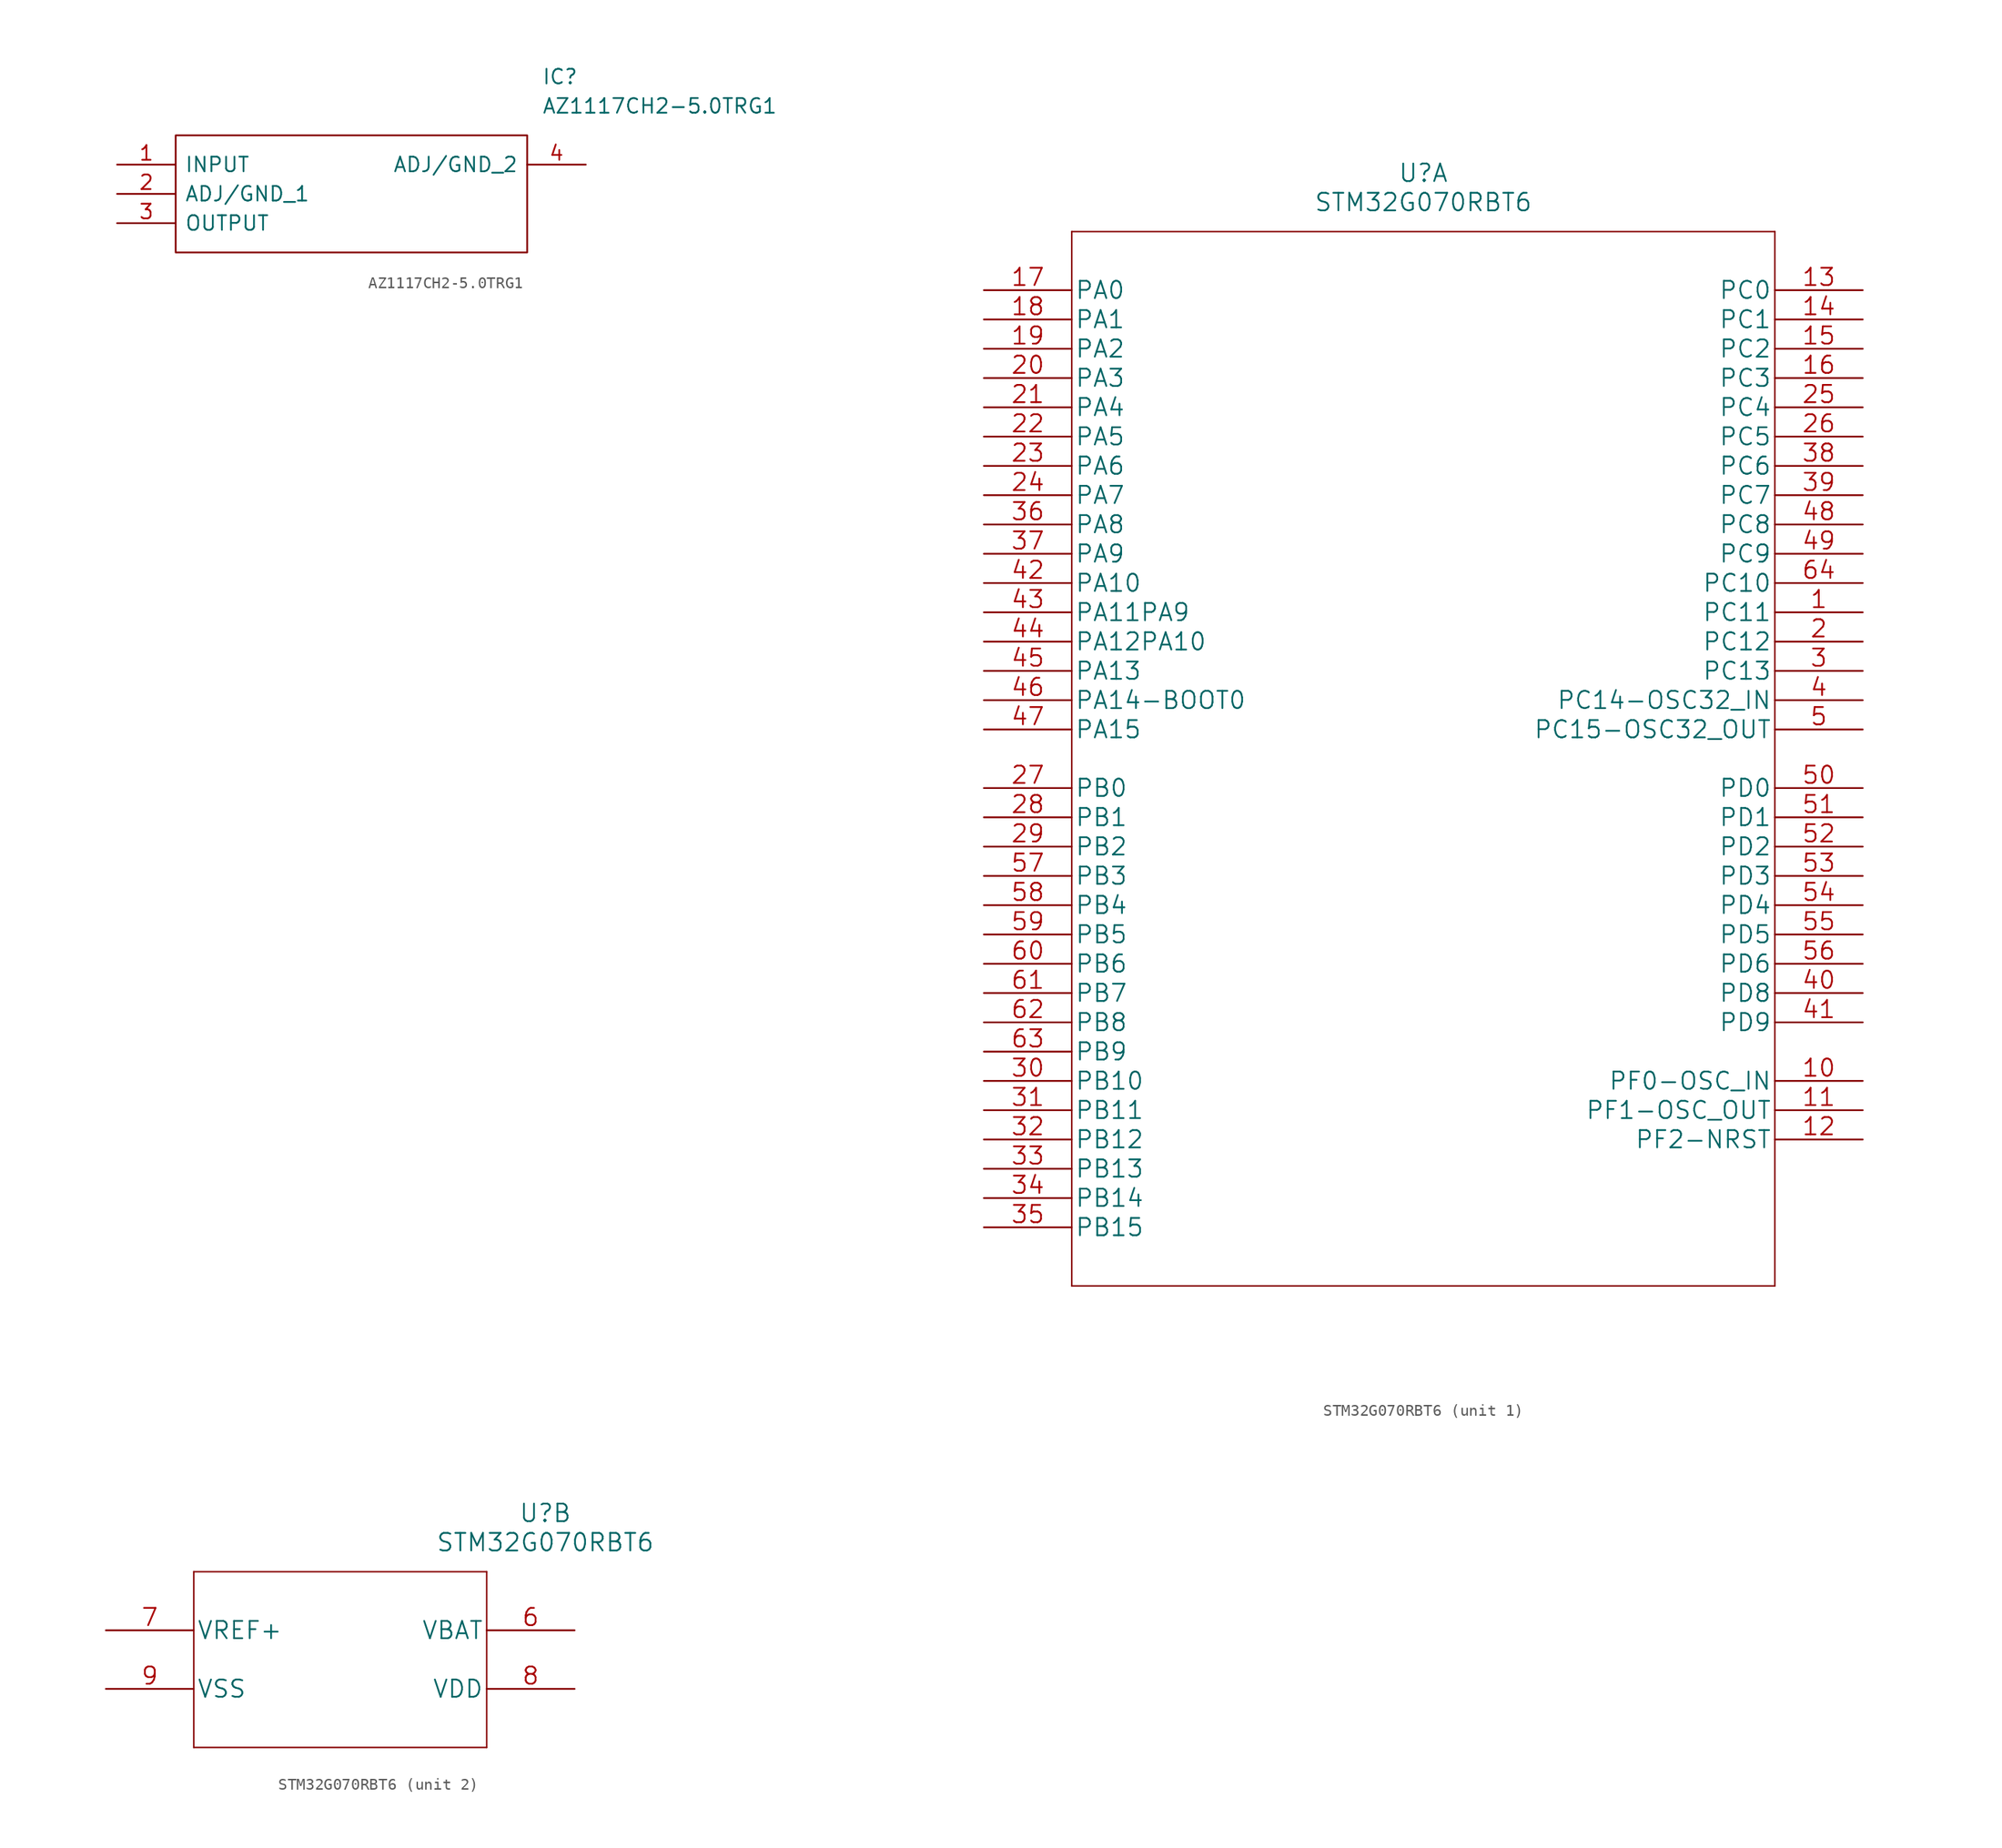
<source format=kicad_sym>
(kicad_symbol_lib
  (version 20211014)
  (generator kicad_symbol_editor)
  (symbol "AZ1117CH2-5.0TRG1"
    (pin_names
      (offset 0.762))
    (property "Reference" "IC"
      (at 36.83 7.62 0)
      (effects (font (size 1.27 1.27)) (justify left)))
    (property "Value" "AZ1117CH2-5.0TRG1"
      (at 36.83 5.08 0)
      (effects (font (size 1.27 1.27)) (justify left)))
    (symbol "AZ1117CH2-5.0TRG1_0_0"
      (pin passive line (at 0 0 0) (length 5.08) (name "INPUT" (effects (font (size 1.27 1.27)))) (number "1" (effects (font (size 1.27 1.27)))))
      (pin passive line (at 0 -2.54 0) (length 5.08) (name "ADJ/GND_1" (effects (font (size 1.27 1.27)))) (number "2" (effects (font (size 1.27 1.27)))))
      (pin passive line (at 0 -5.08 0) (length 5.08) (name "OUTPUT" (effects (font (size 1.27 1.27)))) (number "3" (effects (font (size 1.27 1.27)))))
      (pin passive line (at 40.64 0 180) (length 5.08) (name "ADJ/GND_2" (effects (font (size 1.27 1.27)))) (number "4" (effects (font (size 1.27 1.27))))))
    (symbol "AZ1117CH2-5.0TRG1_0_1"
      (polyline (pts (xy 5.08 2.54) (xy 35.56 2.54) (xy 35.56 -7.62) (xy 5.08 -7.62) (xy 5.08 2.54)) (stroke (width 0.152) (type default) (color 0 0 0 0)) (fill (type none)))))
  (symbol "STM32G070RBT6"
    (pin_names
      (offset 0.254))
    (property "Reference" "U"
      (at 38.1 10.16 0)
      (effects (font (size 1.524 1.524))))
    (property "Value" "STM32G070RBT6"
      (at 38.1 7.62 0)
      (effects (font (size 1.524 1.524))))
    (property "Datasheet" ""
      (at 0 0 0)
      (effects (font (size 1.524 1.524))))
    (symbol "STM32G070RBT6_1_1"
      (polyline (pts (xy 7.62 -86.36) (xy 68.58 -86.36)) (stroke (width 0.127) (type default) (color 0 0 0 0)) (fill (type none)))
      (polyline (pts (xy 7.62 5.08) (xy 7.62 -86.36)) (stroke (width 0.127) (type default) (color 0 0 0 0)) (fill (type none)))
      (polyline (pts (xy 68.58 -86.36) (xy 68.58 5.08)) (stroke (width 0.127) (type default) (color 0 0 0 0)) (fill (type none)))
      (polyline (pts (xy 68.58 5.08) (xy 7.62 5.08)) (stroke (width 0.127) (type default) (color 0 0 0 0)) (fill (type none)))
      (pin bidirectional line (at 76.2 -27.94 180) (length 7.62) (name "PC11" (effects (font (size 1.499 1.499)))) (number "1" (effects (font (size 1.499 1.499)))))
      (pin bidirectional line (at 76.2 -68.58 180) (length 7.62) (name "PF0-OSC_IN" (effects (font (size 1.499 1.499)))) (number "10" (effects (font (size 1.499 1.499)))))
      (pin bidirectional line (at 76.2 -71.12 180) (length 7.62) (name "PF1-OSC_OUT" (effects (font (size 1.499 1.499)))) (number "11" (effects (font (size 1.499 1.499)))))
      (pin bidirectional line (at 76.2 -73.66 180) (length 7.62) (name "PF2-NRST" (effects (font (size 1.499 1.499)))) (number "12" (effects (font (size 1.499 1.499)))))
      (pin bidirectional line (at 76.2 0 180) (length 7.62) (name "PC0" (effects (font (size 1.499 1.499)))) (number "13" (effects (font (size 1.499 1.499)))))
      (pin bidirectional line (at 76.2 -2.54 180) (length 7.62) (name "PC1" (effects (font (size 1.499 1.499)))) (number "14" (effects (font (size 1.499 1.499)))))
      (pin bidirectional line (at 76.2 -5.08 180) (length 7.62) (name "PC2" (effects (font (size 1.499 1.499)))) (number "15" (effects (font (size 1.499 1.499)))))
      (pin bidirectional line (at 76.2 -7.62 180) (length 7.62) (name "PC3" (effects (font (size 1.499 1.499)))) (number "16" (effects (font (size 1.499 1.499)))))
      (pin bidirectional line (at 0 0 0) (length 7.62) (name "PA0" (effects (font (size 1.499 1.499)))) (number "17" (effects (font (size 1.499 1.499)))))
      (pin bidirectional line (at 0 -2.54 0) (length 7.62) (name "PA1" (effects (font (size 1.499 1.499)))) (number "18" (effects (font (size 1.499 1.499)))))
      (pin bidirectional line (at 0 -5.08 0) (length 7.62) (name "PA2" (effects (font (size 1.499 1.499)))) (number "19" (effects (font (size 1.499 1.499)))))
      (pin bidirectional line (at 76.2 -30.48 180) (length 7.62) (name "PC12" (effects (font (size 1.499 1.499)))) (number "2" (effects (font (size 1.499 1.499)))))
      (pin bidirectional line (at 0 -7.62 0) (length 7.62) (name "PA3" (effects (font (size 1.499 1.499)))) (number "20" (effects (font (size 1.499 1.499)))))
      (pin bidirectional line (at 0 -10.16 0) (length 7.62) (name "PA4" (effects (font (size 1.499 1.499)))) (number "21" (effects (font (size 1.499 1.499)))))
      (pin bidirectional line (at 0 -12.7 0) (length 7.62) (name "PA5" (effects (font (size 1.499 1.499)))) (number "22" (effects (font (size 1.499 1.499)))))
      (pin bidirectional line (at 0 -15.24 0) (length 7.62) (name "PA6" (effects (font (size 1.499 1.499)))) (number "23" (effects (font (size 1.499 1.499)))))
      (pin bidirectional line (at 0 -17.78 0) (length 7.62) (name "PA7" (effects (font (size 1.499 1.499)))) (number "24" (effects (font (size 1.499 1.499)))))
      (pin bidirectional line (at 76.2 -10.16 180) (length 7.62) (name "PC4" (effects (font (size 1.499 1.499)))) (number "25" (effects (font (size 1.499 1.499)))))
      (pin bidirectional line (at 76.2 -12.7 180) (length 7.62) (name "PC5" (effects (font (size 1.499 1.499)))) (number "26" (effects (font (size 1.499 1.499)))))
      (pin bidirectional line (at 0 -43.18 0) (length 7.62) (name "PB0" (effects (font (size 1.499 1.499)))) (number "27" (effects (font (size 1.499 1.499)))))
      (pin bidirectional line (at 0 -45.72 0) (length 7.62) (name "PB1" (effects (font (size 1.499 1.499)))) (number "28" (effects (font (size 1.499 1.499)))))
      (pin bidirectional line (at 0 -48.26 0) (length 7.62) (name "PB2" (effects (font (size 1.499 1.499)))) (number "29" (effects (font (size 1.499 1.499)))))
      (pin bidirectional line (at 76.2 -33.02 180) (length 7.62) (name "PC13" (effects (font (size 1.499 1.499)))) (number "3" (effects (font (size 1.499 1.499)))))
      (pin bidirectional line (at 0 -68.58 0) (length 7.62) (name "PB10" (effects (font (size 1.499 1.499)))) (number "30" (effects (font (size 1.499 1.499)))))
      (pin bidirectional line (at 0 -71.12 0) (length 7.62) (name "PB11" (effects (font (size 1.499 1.499)))) (number "31" (effects (font (size 1.499 1.499)))))
      (pin bidirectional line (at 0 -73.66 0) (length 7.62) (name "PB12" (effects (font (size 1.499 1.499)))) (number "32" (effects (font (size 1.499 1.499)))))
      (pin bidirectional line (at 0 -76.2 0) (length 7.62) (name "PB13" (effects (font (size 1.499 1.499)))) (number "33" (effects (font (size 1.499 1.499)))))
      (pin bidirectional line (at 0 -78.74 0) (length 7.62) (name "PB14" (effects (font (size 1.499 1.499)))) (number "34" (effects (font (size 1.499 1.499)))))
      (pin bidirectional line (at 0 -81.28 0) (length 7.62) (name "PB15" (effects (font (size 1.499 1.499)))) (number "35" (effects (font (size 1.499 1.499)))))
      (pin bidirectional line (at 0 -20.32 0) (length 7.62) (name "PA8" (effects (font (size 1.499 1.499)))) (number "36" (effects (font (size 1.499 1.499)))))
      (pin bidirectional line (at 0 -22.86 0) (length 7.62) (name "PA9" (effects (font (size 1.499 1.499)))) (number "37" (effects (font (size 1.499 1.499)))))
      (pin bidirectional line (at 76.2 -15.24 180) (length 7.62) (name "PC6" (effects (font (size 1.499 1.499)))) (number "38" (effects (font (size 1.499 1.499)))))
      (pin bidirectional line (at 76.2 -17.78 180) (length 7.62) (name "PC7" (effects (font (size 1.499 1.499)))) (number "39" (effects (font (size 1.499 1.499)))))
      (pin bidirectional line (at 76.2 -35.56 180) (length 7.62) (name "PC14-OSC32_IN" (effects (font (size 1.499 1.499)))) (number "4" (effects (font (size 1.499 1.499)))))
      (pin bidirectional line (at 76.2 -60.96 180) (length 7.62) (name "PD8" (effects (font (size 1.499 1.499)))) (number "40" (effects (font (size 1.499 1.499)))))
      (pin bidirectional line (at 76.2 -63.5 180) (length 7.62) (name "PD9" (effects (font (size 1.499 1.499)))) (number "41" (effects (font (size 1.499 1.499)))))
      (pin bidirectional line (at 0 -25.4 0) (length 7.62) (name "PA10" (effects (font (size 1.499 1.499)))) (number "42" (effects (font (size 1.499 1.499)))))
      (pin bidirectional line (at 0 -27.94 0) (length 7.62) (name "PA11PA9" (effects (font (size 1.499 1.499)))) (number "43" (effects (font (size 1.499 1.499)))))
      (pin bidirectional line (at 0 -30.48 0) (length 7.62) (name "PA12PA10" (effects (font (size 1.499 1.499)))) (number "44" (effects (font (size 1.499 1.499)))))
      (pin bidirectional line (at 0 -33.02 0) (length 7.62) (name "PA13" (effects (font (size 1.499 1.499)))) (number "45" (effects (font (size 1.499 1.499)))))
      (pin bidirectional line (at 0 -35.56 0) (length 7.62) (name "PA14-BOOT0" (effects (font (size 1.499 1.499)))) (number "46" (effects (font (size 1.499 1.499)))))
      (pin bidirectional line (at 0 -38.1 0) (length 7.62) (name "PA15" (effects (font (size 1.499 1.499)))) (number "47" (effects (font (size 1.499 1.499)))))
      (pin bidirectional line (at 76.2 -20.32 180) (length 7.62) (name "PC8" (effects (font (size 1.499 1.499)))) (number "48" (effects (font (size 1.499 1.499)))))
      (pin bidirectional line (at 76.2 -22.86 180) (length 7.62) (name "PC9" (effects (font (size 1.499 1.499)))) (number "49" (effects (font (size 1.499 1.499)))))
      (pin bidirectional line (at 76.2 -38.1 180) (length 7.62) (name "PC15-OSC32_OUT" (effects (font (size 1.499 1.499)))) (number "5" (effects (font (size 1.499 1.499)))))
      (pin bidirectional line (at 76.2 -43.18 180) (length 7.62) (name "PD0" (effects (font (size 1.499 1.499)))) (number "50" (effects (font (size 1.499 1.499)))))
      (pin bidirectional line (at 76.2 -45.72 180) (length 7.62) (name "PD1" (effects (font (size 1.499 1.499)))) (number "51" (effects (font (size 1.499 1.499)))))
      (pin bidirectional line (at 76.2 -48.26 180) (length 7.62) (name "PD2" (effects (font (size 1.499 1.499)))) (number "52" (effects (font (size 1.499 1.499)))))
      (pin bidirectional line (at 76.2 -50.8 180) (length 7.62) (name "PD3" (effects (font (size 1.499 1.499)))) (number "53" (effects (font (size 1.499 1.499)))))
      (pin bidirectional line (at 76.2 -53.34 180) (length 7.62) (name "PD4" (effects (font (size 1.499 1.499)))) (number "54" (effects (font (size 1.499 1.499)))))
      (pin bidirectional line (at 76.2 -55.88 180) (length 7.62) (name "PD5" (effects (font (size 1.499 1.499)))) (number "55" (effects (font (size 1.499 1.499)))))
      (pin bidirectional line (at 76.2 -58.42 180) (length 7.62) (name "PD6" (effects (font (size 1.499 1.499)))) (number "56" (effects (font (size 1.499 1.499)))))
      (pin bidirectional line (at 0 -50.8 0) (length 7.62) (name "PB3" (effects (font (size 1.499 1.499)))) (number "57" (effects (font (size 1.499 1.499)))))
      (pin bidirectional line (at 0 -53.34 0) (length 7.62) (name "PB4" (effects (font (size 1.499 1.499)))) (number "58" (effects (font (size 1.499 1.499)))))
      (pin bidirectional line (at 0 -55.88 0) (length 7.62) (name "PB5" (effects (font (size 1.499 1.499)))) (number "59" (effects (font (size 1.499 1.499)))))
      (pin bidirectional line (at 0 -58.42 0) (length 7.62) (name "PB6" (effects (font (size 1.499 1.499)))) (number "60" (effects (font (size 1.499 1.499)))))
      (pin bidirectional line (at 0 -60.96 0) (length 7.62) (name "PB7" (effects (font (size 1.499 1.499)))) (number "61" (effects (font (size 1.499 1.499)))))
      (pin bidirectional line (at 0 -63.5 0) (length 7.62) (name "PB8" (effects (font (size 1.499 1.499)))) (number "62" (effects (font (size 1.499 1.499)))))
      (pin bidirectional line (at 0 -66.04 0) (length 7.62) (name "PB9" (effects (font (size 1.499 1.499)))) (number "63" (effects (font (size 1.499 1.499)))))
      (pin bidirectional line (at 76.2 -25.4 180) (length 7.62) (name "PC10" (effects (font (size 1.499 1.499)))) (number "64" (effects (font (size 1.499 1.499))))))
    (symbol "STM32G070RBT6_2_1"
      (polyline (pts (xy 7.62 -10.16) (xy 33.02 -10.16)) (stroke (width 0.127) (type default) (color 0 0 0 0)) (fill (type none)))
      (polyline (pts (xy 7.62 5.08) (xy 7.62 -10.16)) (stroke (width 0.127) (type default) (color 0 0 0 0)) (fill (type none)))
      (polyline (pts (xy 33.02 -10.16) (xy 33.02 5.08)) (stroke (width 0.127) (type default) (color 0 0 0 0)) (fill (type none)))
      (polyline (pts (xy 33.02 5.08) (xy 7.62 5.08)) (stroke (width 0.127) (type default) (color 0 0 0 0)) (fill (type none)))
      (pin power_in line (at 40.64 0 180) (length 7.62) (name "VBAT" (effects (font (size 1.499 1.499)))) (number "6" (effects (font (size 1.499 1.499)))))
      (pin power_in line (at 0 0 0) (length 7.62) (name "VREF+" (effects (font (size 1.499 1.499)))) (number "7" (effects (font (size 1.499 1.499)))))
      (pin power_in line (at 40.64 -5.08 180) (length 7.62) (name "VDD" (effects (font (size 1.499 1.499)))) (number "8" (effects (font (size 1.499 1.499)))))
      (pin power_in line (at 0 -5.08 0) (length 7.62) (name "VSS" (effects (font (size 1.499 1.499)))) (number "9" (effects (font (size 1.499 1.499))))))))
</source>
